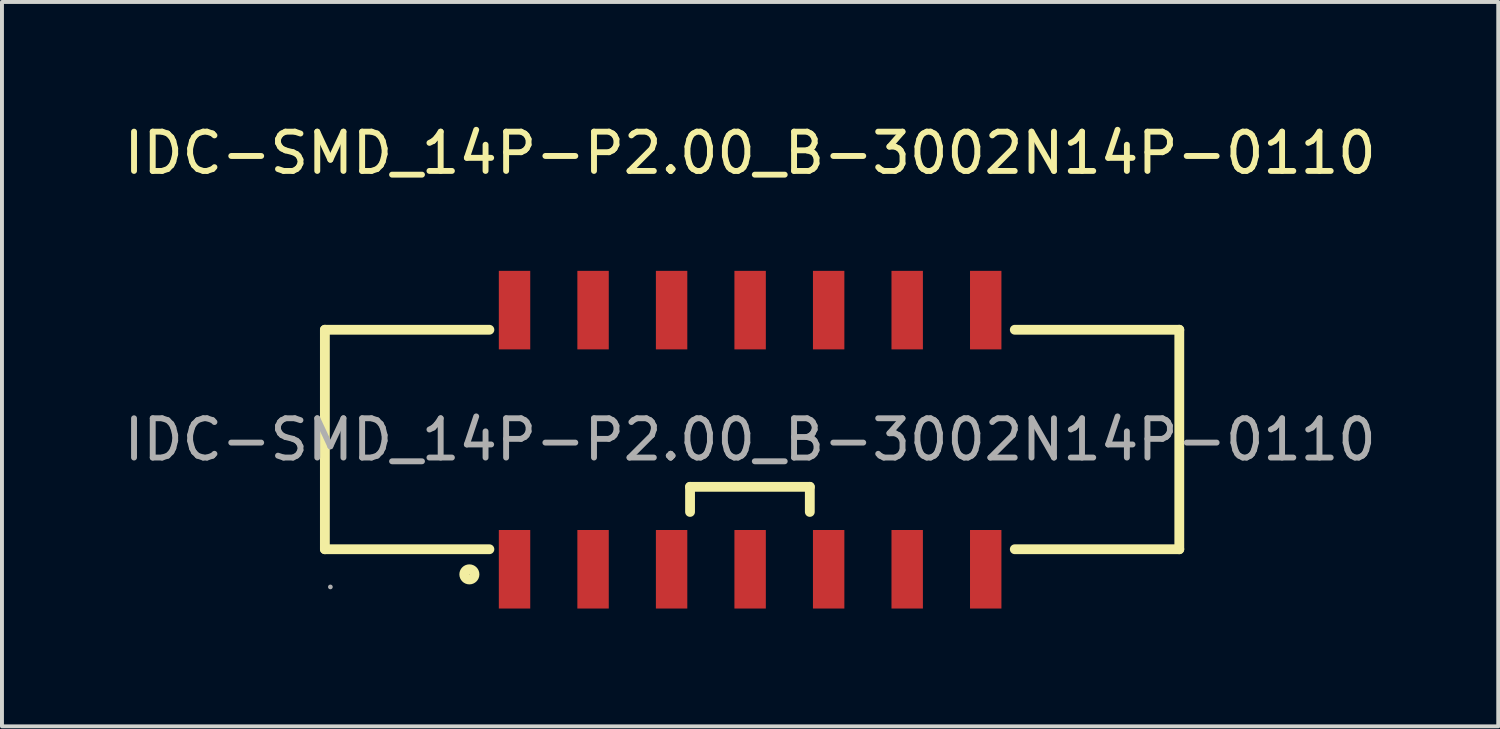
<source format=kicad_pcb>
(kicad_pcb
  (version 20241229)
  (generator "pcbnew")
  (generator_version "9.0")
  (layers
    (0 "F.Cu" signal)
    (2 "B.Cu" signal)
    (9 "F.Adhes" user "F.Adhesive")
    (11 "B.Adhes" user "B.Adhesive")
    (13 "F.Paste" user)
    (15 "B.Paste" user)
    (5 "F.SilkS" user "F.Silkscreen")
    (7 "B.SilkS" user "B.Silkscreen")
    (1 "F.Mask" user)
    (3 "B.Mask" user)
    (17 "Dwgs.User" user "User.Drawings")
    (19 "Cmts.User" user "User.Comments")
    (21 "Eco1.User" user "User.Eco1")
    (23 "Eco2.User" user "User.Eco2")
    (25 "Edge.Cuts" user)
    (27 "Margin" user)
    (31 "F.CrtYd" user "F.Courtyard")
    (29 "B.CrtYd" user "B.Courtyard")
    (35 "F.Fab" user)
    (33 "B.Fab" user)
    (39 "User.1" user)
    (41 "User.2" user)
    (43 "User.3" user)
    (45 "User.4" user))
  (footprint "IDC-SMD_14P-P2.00_B-3002N14P-0110"
    (layer "F.Cu")
    (at 16.054 8.148)
    (property "Reference" "IDC-SMD_14P-P2.00_B-3002N14P-0110" (at 0 -7.3 0) (layer "F.SilkS") (effects (font (size 1 1) (thickness 0.15))))
    (attr through_hole)
    (fp_line (start -10.83 -2.8) (end -10.83 2.79) (stroke (width 0.25) (type solid)) (layer "F.SilkS"))
    (fp_line (start -10.83 2.79) (end -6.64 2.79) (stroke (width 0.25) (type solid)) (layer "F.SilkS"))
    (fp_line (start -6.64 -2.8) (end -10.83 -2.8) (stroke (width 0.25) (type solid)) (layer "F.SilkS"))
    (fp_line (start -1.53 1.2) (end 1.52 1.2) (stroke (width 0.25) (type solid)) (layer "F.SilkS"))
    (fp_line (start -1.53 1.84) (end -1.53 1.2) (stroke (width 0.25) (type solid)) (layer "F.SilkS"))
    (fp_line (start 1.52 1.2) (end 1.52 1.84) (stroke (width 0.25) (type solid)) (layer "F.SilkS"))
    (fp_line (start 6.74 -2.8) (end 10.93 -2.8) (stroke (width 0.25) (type solid)) (layer "F.SilkS"))
    (fp_line (start 10.93 -2.8) (end 10.93 2.79) (stroke (width 0.25) (type solid)) (layer "F.SilkS"))
    (fp_line (start 10.93 2.79) (end 6.74 2.79) (stroke (width 0.25) (type solid)) (layer "F.SilkS"))
    (fp_circle (center -7.15 3.43) (end -7.02 3.43) (stroke (width 0.25) (type solid)) (fill no) (layer "F.SilkS"))
    (fp_circle (center -10.69 3.75) (end -10.66 3.75) (stroke (width 0.06) (type solid)) (fill no) (layer "F.Fab"))
    (fp_text user "${REFERENCE}" (at 0 0 0) (layer "F.Fab") (effects (font (size 1 1) (thickness 0.15))))
    (pad "1" smd rect (at -6 3.3 90) (size 2 0.8) (layers "F.Cu" "F.Mask" "F.Paste"))
    (pad "2" smd rect (at -6 -3.3 90) (size 2 0.8) (layers "F.Cu" "F.Mask" "F.Paste"))
    (pad "3" smd rect (at -4 3.3 90) (size 2 0.8) (layers "F.Cu" "F.Mask" "F.Paste"))
    (pad "4" smd rect (at -4 -3.3 90) (size 2 0.8) (layers "F.Cu" "F.Mask" "F.Paste"))
    (pad "5" smd rect (at -2 3.3 90) (size 2 0.8) (layers "F.Cu" "F.Mask" "F.Paste"))
    (pad "6" smd rect (at -2 -3.3 90) (size 2 0.8) (layers "F.Cu" "F.Mask" "F.Paste"))
    (pad "7" smd rect (at 0 3.3 90) (size 2 0.8) (layers "F.Cu" "F.Mask" "F.Paste"))
    (pad "8" smd rect (at 0 -3.3 90) (size 2 0.8) (layers "F.Cu" "F.Mask" "F.Paste"))
    (pad "9" smd rect (at 2 3.3 90) (size 2 0.8) (layers "F.Cu" "F.Mask" "F.Paste"))
    (pad "10" smd rect (at 2 -3.3 90) (size 2 0.8) (layers "F.Cu" "F.Mask" "F.Paste"))
    (pad "11" smd rect (at 4 3.3 90) (size 2 0.8) (layers "F.Cu" "F.Mask" "F.Paste"))
    (pad "12" smd rect (at 4 -3.3 90) (size 2 0.8) (layers "F.Cu" "F.Mask" "F.Paste"))
    (pad "13" smd rect (at 6 3.3 90) (size 2 0.8) (layers "F.Cu" "F.Mask" "F.Paste"))
    (pad "14" smd rect (at 6 -3.3 90) (size 2 0.8) (layers "F.Cu" "F.Mask" "F.Paste")))
  (gr_rect
    (start -3 -3)
    (end 35.107 15.448)
    (stroke (width 0.1) (type default))
    (fill no)
    (layer "Edge.Cuts")))
</source>
